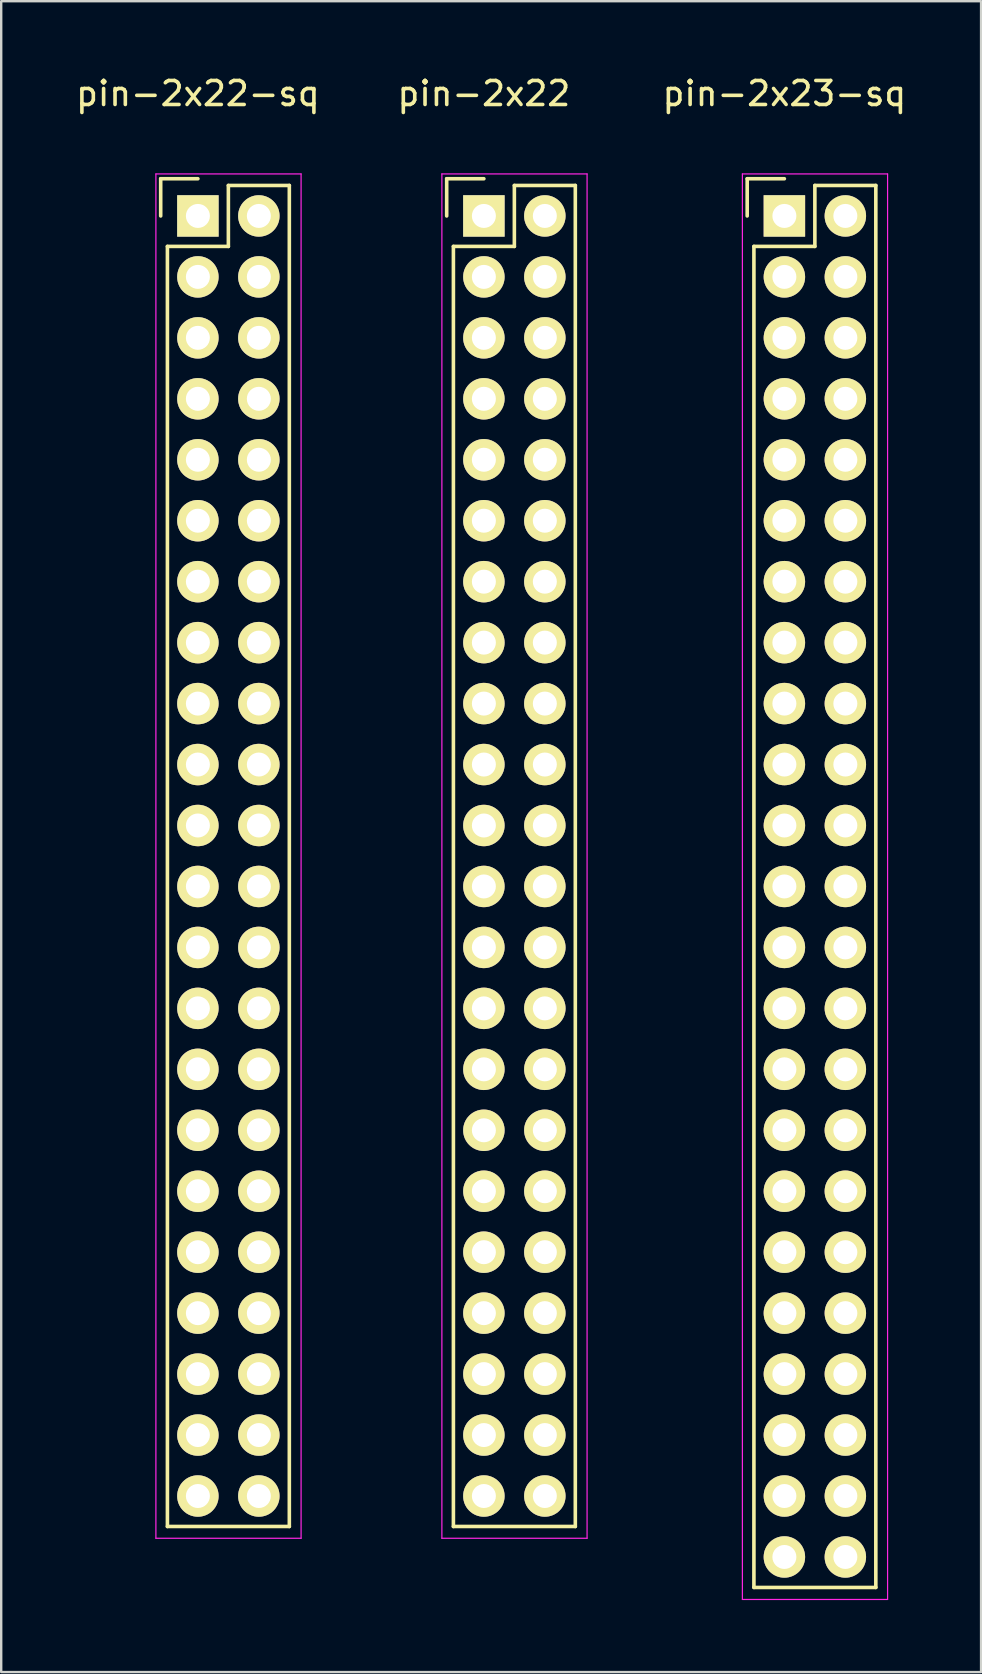
<source format=kicad_pcb>
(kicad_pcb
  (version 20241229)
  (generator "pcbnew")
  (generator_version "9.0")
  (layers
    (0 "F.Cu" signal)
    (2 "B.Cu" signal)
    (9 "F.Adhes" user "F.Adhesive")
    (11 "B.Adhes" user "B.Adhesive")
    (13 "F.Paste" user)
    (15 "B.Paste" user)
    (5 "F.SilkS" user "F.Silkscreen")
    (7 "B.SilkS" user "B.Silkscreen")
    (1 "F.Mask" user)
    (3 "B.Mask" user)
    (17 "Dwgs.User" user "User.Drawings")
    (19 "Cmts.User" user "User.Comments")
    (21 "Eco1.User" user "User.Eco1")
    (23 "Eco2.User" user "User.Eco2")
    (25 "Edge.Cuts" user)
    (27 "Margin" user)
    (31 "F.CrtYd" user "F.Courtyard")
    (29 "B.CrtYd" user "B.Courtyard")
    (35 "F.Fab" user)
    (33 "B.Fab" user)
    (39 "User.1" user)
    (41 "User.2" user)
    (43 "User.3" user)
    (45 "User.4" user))
  (footprint "pin-2x22-sq"
    (layer "F.Cu")
    (at 5.196 5.948)
    (property "Reference" "pin-2x22-sq" (at 0 -5.1 0) (layer "F.SilkS") (effects (font (size 1 1) (thickness 0.15))))
    (attr through_hole)
    (fp_line (start -1.55 -1.55) (end -1.55 0) (stroke (width 0.15) (type solid)) (layer "F.SilkS"))
    (fp_line (start -1.27 1.27) (end -1.27 54.61) (stroke (width 0.15) (type solid)) (layer "F.SilkS"))
    (fp_line (start 0 -1.55) (end -1.55 -1.55) (stroke (width 0.15) (type solid)) (layer "F.SilkS"))
    (fp_line (start 1.27 -1.27) (end 1.27 1.27) (stroke (width 0.15) (type solid)) (layer "F.SilkS"))
    (fp_line (start 1.27 1.27) (end -1.27 1.27) (stroke (width 0.15) (type solid)) (layer "F.SilkS"))
    (fp_line (start 3.81 -1.27) (end 1.27 -1.27) (stroke (width 0.15) (type solid)) (layer "F.SilkS"))
    (fp_line (start 3.81 54.61) (end -1.27 54.61) (stroke (width 0.15) (type solid)) (layer "F.SilkS"))
    (fp_line (start 3.81 54.61) (end 3.81 -1.27) (stroke (width 0.15) (type solid)) (layer "F.SilkS"))
    (fp_line (start -1.75 -1.75) (end -1.75 55.1) (stroke (width 0.05) (type solid)) (layer "F.CrtYd"))
    (fp_line (start -1.75 -1.75) (end 4.3 -1.75) (stroke (width 0.05) (type solid)) (layer "F.CrtYd"))
    (fp_line (start -1.75 55.1) (end 4.3 55.1) (stroke (width 0.05) (type solid)) (layer "F.CrtYd"))
    (fp_line (start 4.3 -1.75) (end 4.3 55.1) (stroke (width 0.05) (type solid)) (layer "F.CrtYd"))
    (pad "1" thru_hole rect (at 0 0) (size 1.727 1.727) (drill 1) (layers "*.Cu" "*.Mask" "F.SilkS"))
    (pad "2" thru_hole oval (at 2.54 0) (size 1.727 1.727) (drill 1) (layers "*.Cu" "*.Mask" "F.SilkS"))
    (pad "3" thru_hole oval (at 0 2.54) (size 1.727 1.727) (drill 1) (layers "*.Cu" "*.Mask" "F.SilkS"))
    (pad "4" thru_hole oval (at 2.54 2.54) (size 1.727 1.727) (drill 1) (layers "*.Cu" "*.Mask" "F.SilkS"))
    (pad "5" thru_hole oval (at 0 5.08) (size 1.727 1.727) (drill 1) (layers "*.Cu" "*.Mask" "F.SilkS"))
    (pad "6" thru_hole oval (at 2.54 5.08) (size 1.727 1.727) (drill 1) (layers "*.Cu" "*.Mask" "F.SilkS"))
    (pad "7" thru_hole oval (at 0 7.62) (size 1.727 1.727) (drill 1) (layers "*.Cu" "*.Mask" "F.SilkS"))
    (pad "8" thru_hole oval (at 2.54 7.62) (size 1.727 1.727) (drill 1) (layers "*.Cu" "*.Mask" "F.SilkS"))
    (pad "9" thru_hole oval (at 0 10.16) (size 1.727 1.727) (drill 1) (layers "*.Cu" "*.Mask" "F.SilkS"))
    (pad "10" thru_hole oval (at 2.54 10.16) (size 1.727 1.727) (drill 1) (layers "*.Cu" "*.Mask" "F.SilkS"))
    (pad "11" thru_hole oval (at 0 12.7) (size 1.727 1.727) (drill 1) (layers "*.Cu" "*.Mask" "F.SilkS"))
    (pad "12" thru_hole oval (at 2.54 12.7) (size 1.727 1.727) (drill 1) (layers "*.Cu" "*.Mask" "F.SilkS"))
    (pad "13" thru_hole oval (at 0 15.24) (size 1.727 1.727) (drill 1) (layers "*.Cu" "*.Mask" "F.SilkS"))
    (pad "14" thru_hole oval (at 2.54 15.24) (size 1.727 1.727) (drill 1) (layers "*.Cu" "*.Mask" "F.SilkS"))
    (pad "15" thru_hole oval (at 0 17.78) (size 1.727 1.727) (drill 1) (layers "*.Cu" "*.Mask" "F.SilkS"))
    (pad "16" thru_hole oval (at 2.54 17.78) (size 1.727 1.727) (drill 1) (layers "*.Cu" "*.Mask" "F.SilkS"))
    (pad "17" thru_hole oval (at 0 20.32) (size 1.727 1.727) (drill 1) (layers "*.Cu" "*.Mask" "F.SilkS"))
    (pad "18" thru_hole oval (at 2.54 20.32) (size 1.727 1.727) (drill 1) (layers "*.Cu" "*.Mask" "F.SilkS"))
    (pad "19" thru_hole oval (at 0 22.86) (size 1.727 1.727) (drill 1) (layers "*.Cu" "*.Mask" "F.SilkS"))
    (pad "20" thru_hole oval (at 2.54 22.86) (size 1.727 1.727) (drill 1) (layers "*.Cu" "*.Mask" "F.SilkS"))
    (pad "21" thru_hole oval (at 0 25.4) (size 1.727 1.727) (drill 1) (layers "*.Cu" "*.Mask" "F.SilkS"))
    (pad "22" thru_hole oval (at 2.54 25.4) (size 1.727 1.727) (drill 1) (layers "*.Cu" "*.Mask" "F.SilkS"))
    (pad "23" thru_hole oval (at 0 27.94) (size 1.727 1.727) (drill 1) (layers "*.Cu" "*.Mask" "F.SilkS"))
    (pad "24" thru_hole oval (at 2.54 27.94) (size 1.727 1.727) (drill 1) (layers "*.Cu" "*.Mask" "F.SilkS"))
    (pad "25" thru_hole oval (at 0 30.48) (size 1.727 1.727) (drill 1) (layers "*.Cu" "*.Mask" "F.SilkS"))
    (pad "26" thru_hole oval (at 2.54 30.48) (size 1.727 1.727) (drill 1) (layers "*.Cu" "*.Mask" "F.SilkS"))
    (pad "27" thru_hole oval (at 0 33.02) (size 1.727 1.727) (drill 1) (layers "*.Cu" "*.Mask" "F.SilkS"))
    (pad "28" thru_hole oval (at 2.54 33.02) (size 1.727 1.727) (drill 1) (layers "*.Cu" "*.Mask" "F.SilkS"))
    (pad "29" thru_hole oval (at 0 35.56) (size 1.727 1.727) (drill 1) (layers "*.Cu" "*.Mask" "F.SilkS"))
    (pad "30" thru_hole oval (at 2.54 35.56) (size 1.727 1.727) (drill 1) (layers "*.Cu" "*.Mask" "F.SilkS"))
    (pad "31" thru_hole oval (at 0 38.1) (size 1.727 1.727) (drill 1) (layers "*.Cu" "*.Mask" "F.SilkS"))
    (pad "32" thru_hole oval (at 2.54 38.1) (size 1.727 1.727) (drill 1) (layers "*.Cu" "*.Mask" "F.SilkS"))
    (pad "33" thru_hole oval (at 0 40.64) (size 1.727 1.727) (drill 1) (layers "*.Cu" "*.Mask" "F.SilkS"))
    (pad "34" thru_hole oval (at 2.54 40.64) (size 1.727 1.727) (drill 1) (layers "*.Cu" "*.Mask" "F.SilkS"))
    (pad "35" thru_hole oval (at 0 43.18) (size 1.727 1.727) (drill 1) (layers "*.Cu" "*.Mask" "F.SilkS"))
    (pad "36" thru_hole oval (at 2.54 43.18) (size 1.727 1.727) (drill 1) (layers "*.Cu" "*.Mask" "F.SilkS"))
    (pad "37" thru_hole oval (at 0 45.72) (size 1.727 1.727) (drill 1) (layers "*.Cu" "*.Mask" "F.SilkS"))
    (pad "38" thru_hole oval (at 2.54 45.72) (size 1.727 1.727) (drill 1) (layers "*.Cu" "*.Mask" "F.SilkS"))
    (pad "39" thru_hole oval (at 0 48.26) (size 1.727 1.727) (drill 1) (layers "*.Cu" "*.Mask" "F.SilkS"))
    (pad "40" thru_hole oval (at 2.54 48.26) (size 1.727 1.727) (drill 1) (layers "*.Cu" "*.Mask" "F.SilkS"))
    (pad "41" thru_hole oval (at 0 50.8) (size 1.727 1.727) (drill 1) (layers "*.Cu" "*.Mask" "F.SilkS"))
    (pad "42" thru_hole oval (at 2.54 50.8) (size 1.727 1.727) (drill 1) (layers "*.Cu" "*.Mask" "F.SilkS"))
    (pad "43" thru_hole oval (at 0 53.34) (size 1.727 1.727) (drill 1) (layers "*.Cu" "*.Mask" "F.SilkS"))
    (pad "44" thru_hole oval (at 2.54 53.34) (size 1.727 1.727) (drill 1) (layers "*.Cu" "*.Mask" "F.SilkS")))
  (footprint "pin-2x23-sq"
    (layer "F.Cu")
    (at 29.635 5.948)
    (property "Reference" "pin-2x23-sq" (at 0 -5.1 0) (layer "F.SilkS") (effects (font (size 1 1) (thickness 0.15))))
    (attr through_hole)
    (fp_line (start -1.55 -1.55) (end -1.55 0) (stroke (width 0.15) (type solid)) (layer "F.SilkS"))
    (fp_line (start -1.27 57.15) (end -1.27 1.27) (stroke (width 0.15) (type solid)) (layer "F.SilkS"))
    (fp_line (start 0 -1.55) (end -1.55 -1.55) (stroke (width 0.15) (type solid)) (layer "F.SilkS"))
    (fp_line (start 1.27 -1.27) (end 1.27 1.27) (stroke (width 0.15) (type solid)) (layer "F.SilkS"))
    (fp_line (start 1.27 1.27) (end -1.27 1.27) (stroke (width 0.15) (type solid)) (layer "F.SilkS"))
    (fp_line (start 3.81 -1.27) (end 1.27 -1.27) (stroke (width 0.15) (type solid)) (layer "F.SilkS"))
    (fp_line (start 3.81 57.15) (end -1.27 57.15) (stroke (width 0.15) (type solid)) (layer "F.SilkS"))
    (fp_line (start 3.81 57.15) (end 3.81 -1.27) (stroke (width 0.15) (type solid)) (layer "F.SilkS"))
    (fp_line (start -1.75 -1.75) (end -1.75 57.65) (stroke (width 0.05) (type solid)) (layer "F.CrtYd"))
    (fp_line (start -1.75 -1.75) (end 4.3 -1.75) (stroke (width 0.05) (type solid)) (layer "F.CrtYd"))
    (fp_line (start -1.75 57.65) (end 4.3 57.65) (stroke (width 0.05) (type solid)) (layer "F.CrtYd"))
    (fp_line (start 4.3 -1.75) (end 4.3 57.65) (stroke (width 0.05) (type solid)) (layer "F.CrtYd"))
    (pad "1" thru_hole rect (at 0 0) (size 1.727 1.727) (drill 1) (layers "*.Cu" "*.Mask" "F.SilkS"))
    (pad "2" thru_hole oval (at 2.54 0) (size 1.727 1.727) (drill 1) (layers "*.Cu" "*.Mask" "F.SilkS"))
    (pad "3" thru_hole oval (at 0 2.54) (size 1.727 1.727) (drill 1) (layers "*.Cu" "*.Mask" "F.SilkS"))
    (pad "4" thru_hole oval (at 2.54 2.54) (size 1.727 1.727) (drill 1) (layers "*.Cu" "*.Mask" "F.SilkS"))
    (pad "5" thru_hole oval (at 0 5.08) (size 1.727 1.727) (drill 1) (layers "*.Cu" "*.Mask" "F.SilkS"))
    (pad "6" thru_hole oval (at 2.54 5.08) (size 1.727 1.727) (drill 1) (layers "*.Cu" "*.Mask" "F.SilkS"))
    (pad "7" thru_hole oval (at 0 7.62) (size 1.727 1.727) (drill 1) (layers "*.Cu" "*.Mask" "F.SilkS"))
    (pad "8" thru_hole oval (at 2.54 7.62) (size 1.727 1.727) (drill 1) (layers "*.Cu" "*.Mask" "F.SilkS"))
    (pad "9" thru_hole oval (at 0 10.16) (size 1.727 1.727) (drill 1) (layers "*.Cu" "*.Mask" "F.SilkS"))
    (pad "10" thru_hole oval (at 2.54 10.16) (size 1.727 1.727) (drill 1) (layers "*.Cu" "*.Mask" "F.SilkS"))
    (pad "11" thru_hole oval (at 0 12.7) (size 1.727 1.727) (drill 1) (layers "*.Cu" "*.Mask" "F.SilkS"))
    (pad "12" thru_hole oval (at 2.54 12.7) (size 1.727 1.727) (drill 1) (layers "*.Cu" "*.Mask" "F.SilkS"))
    (pad "13" thru_hole oval (at 0 15.24) (size 1.727 1.727) (drill 1) (layers "*.Cu" "*.Mask" "F.SilkS"))
    (pad "14" thru_hole oval (at 2.54 15.24) (size 1.727 1.727) (drill 1) (layers "*.Cu" "*.Mask" "F.SilkS"))
    (pad "15" thru_hole oval (at 0 17.78) (size 1.727 1.727) (drill 1) (layers "*.Cu" "*.Mask" "F.SilkS"))
    (pad "16" thru_hole oval (at 2.54 17.78) (size 1.727 1.727) (drill 1) (layers "*.Cu" "*.Mask" "F.SilkS"))
    (pad "17" thru_hole oval (at 0 20.32) (size 1.727 1.727) (drill 1) (layers "*.Cu" "*.Mask" "F.SilkS"))
    (pad "18" thru_hole oval (at 2.54 20.32) (size 1.727 1.727) (drill 1) (layers "*.Cu" "*.Mask" "F.SilkS"))
    (pad "19" thru_hole oval (at 0 22.86) (size 1.727 1.727) (drill 1) (layers "*.Cu" "*.Mask" "F.SilkS"))
    (pad "20" thru_hole oval (at 2.54 22.86) (size 1.727 1.727) (drill 1) (layers "*.Cu" "*.Mask" "F.SilkS"))
    (pad "21" thru_hole oval (at 0 25.4) (size 1.727 1.727) (drill 1) (layers "*.Cu" "*.Mask" "F.SilkS"))
    (pad "22" thru_hole oval (at 2.54 25.4) (size 1.727 1.727) (drill 1) (layers "*.Cu" "*.Mask" "F.SilkS"))
    (pad "23" thru_hole oval (at 0 27.94) (size 1.727 1.727) (drill 1) (layers "*.Cu" "*.Mask" "F.SilkS"))
    (pad "24" thru_hole oval (at 2.54 27.94) (size 1.727 1.727) (drill 1) (layers "*.Cu" "*.Mask" "F.SilkS"))
    (pad "25" thru_hole oval (at 0 30.48) (size 1.727 1.727) (drill 1) (layers "*.Cu" "*.Mask" "F.SilkS"))
    (pad "26" thru_hole oval (at 2.54 30.48) (size 1.727 1.727) (drill 1) (layers "*.Cu" "*.Mask" "F.SilkS"))
    (pad "27" thru_hole oval (at 0 33.02) (size 1.727 1.727) (drill 1) (layers "*.Cu" "*.Mask" "F.SilkS"))
    (pad "28" thru_hole oval (at 2.54 33.02) (size 1.727 1.727) (drill 1) (layers "*.Cu" "*.Mask" "F.SilkS"))
    (pad "29" thru_hole oval (at 0 35.56) (size 1.727 1.727) (drill 1) (layers "*.Cu" "*.Mask" "F.SilkS"))
    (pad "30" thru_hole oval (at 2.54 35.56) (size 1.727 1.727) (drill 1) (layers "*.Cu" "*.Mask" "F.SilkS"))
    (pad "31" thru_hole oval (at 0 38.1) (size 1.727 1.727) (drill 1) (layers "*.Cu" "*.Mask" "F.SilkS"))
    (pad "32" thru_hole oval (at 2.54 38.1) (size 1.727 1.727) (drill 1) (layers "*.Cu" "*.Mask" "F.SilkS"))
    (pad "33" thru_hole oval (at 0 40.64) (size 1.727 1.727) (drill 1) (layers "*.Cu" "*.Mask" "F.SilkS"))
    (pad "34" thru_hole oval (at 2.54 40.64) (size 1.727 1.727) (drill 1) (layers "*.Cu" "*.Mask" "F.SilkS"))
    (pad "35" thru_hole oval (at 0 43.18) (size 1.727 1.727) (drill 1) (layers "*.Cu" "*.Mask" "F.SilkS"))
    (pad "36" thru_hole oval (at 2.54 43.18) (size 1.727 1.727) (drill 1) (layers "*.Cu" "*.Mask" "F.SilkS"))
    (pad "37" thru_hole oval (at 0 45.72) (size 1.727 1.727) (drill 1) (layers "*.Cu" "*.Mask" "F.SilkS"))
    (pad "38" thru_hole oval (at 2.54 45.72) (size 1.727 1.727) (drill 1) (layers "*.Cu" "*.Mask" "F.SilkS"))
    (pad "39" thru_hole oval (at 0 48.26) (size 1.727 1.727) (drill 1) (layers "*.Cu" "*.Mask" "F.SilkS"))
    (pad "40" thru_hole oval (at 2.54 48.26) (size 1.727 1.727) (drill 1) (layers "*.Cu" "*.Mask" "F.SilkS"))
    (pad "41" thru_hole oval (at 0 50.8) (size 1.727 1.727) (drill 1) (layers "*.Cu" "*.Mask" "F.SilkS"))
    (pad "42" thru_hole oval (at 2.54 50.8) (size 1.727 1.727) (drill 1) (layers "*.Cu" "*.Mask" "F.SilkS"))
    (pad "43" thru_hole oval (at 0 53.34) (size 1.727 1.727) (drill 1) (layers "*.Cu" "*.Mask" "F.SilkS"))
    (pad "44" thru_hole oval (at 2.54 53.34) (size 1.727 1.727) (drill 1) (layers "*.Cu" "*.Mask" "F.SilkS"))
    (pad "45" thru_hole oval (at 0 55.88) (size 1.727 1.727) (drill 1) (layers "*.Cu" "*.Mask" "F.SilkS"))
    (pad "46" thru_hole oval (at 2.54 55.88) (size 1.727 1.727) (drill 1) (layers "*.Cu" "*.Mask" "F.SilkS")))
  (footprint "pin-2x22"
    (layer "F.Cu")
    (at 17.113 5.948)
    (property "Reference" "pin-2x22" (at 0 -5.1 0) (layer "F.SilkS") (effects (font (size 1 1) (thickness 0.15))))
    (attr through_hole)
    (fp_line (start -1.55 -1.55) (end -1.55 0) (stroke (width 0.15) (type solid)) (layer "F.SilkS"))
    (fp_line (start -1.27 1.27) (end -1.27 54.61) (stroke (width 0.15) (type solid)) (layer "F.SilkS"))
    (fp_line (start 0 -1.55) (end -1.55 -1.55) (stroke (width 0.15) (type solid)) (layer "F.SilkS"))
    (fp_line (start 1.27 -1.27) (end 1.27 1.27) (stroke (width 0.15) (type solid)) (layer "F.SilkS"))
    (fp_line (start 1.27 1.27) (end -1.27 1.27) (stroke (width 0.15) (type solid)) (layer "F.SilkS"))
    (fp_line (start 3.81 -1.27) (end 1.27 -1.27) (stroke (width 0.15) (type solid)) (layer "F.SilkS"))
    (fp_line (start 3.81 54.61) (end -1.27 54.61) (stroke (width 0.15) (type solid)) (layer "F.SilkS"))
    (fp_line (start 3.81 54.61) (end 3.81 -1.27) (stroke (width 0.15) (type solid)) (layer "F.SilkS"))
    (fp_line (start -1.75 -1.75) (end -1.75 55.1) (stroke (width 0.05) (type solid)) (layer "F.CrtYd"))
    (fp_line (start -1.75 -1.75) (end 4.3 -1.75) (stroke (width 0.05) (type solid)) (layer "F.CrtYd"))
    (fp_line (start -1.75 55.1) (end 4.3 55.1) (stroke (width 0.05) (type solid)) (layer "F.CrtYd"))
    (fp_line (start 4.3 -1.75) (end 4.3 55.1) (stroke (width 0.05) (type solid)) (layer "F.CrtYd"))
    (pad "1" thru_hole rect (at 0 0) (size 1.727 1.727) (drill 1) (layers "*.Cu" "*.Mask" "F.SilkS"))
    (pad "2" thru_hole oval (at 2.54 0) (size 1.727 1.727) (drill 1) (layers "*.Cu" "*.Mask" "F.SilkS"))
    (pad "3" thru_hole oval (at 0 2.54) (size 1.727 1.727) (drill 1) (layers "*.Cu" "*.Mask" "F.SilkS"))
    (pad "4" thru_hole oval (at 2.54 2.54) (size 1.727 1.727) (drill 1) (layers "*.Cu" "*.Mask" "F.SilkS"))
    (pad "5" thru_hole oval (at 0 5.08) (size 1.727 1.727) (drill 1) (layers "*.Cu" "*.Mask" "F.SilkS"))
    (pad "6" thru_hole oval (at 2.54 5.08) (size 1.727 1.727) (drill 1) (layers "*.Cu" "*.Mask" "F.SilkS"))
    (pad "7" thru_hole oval (at 0 7.62) (size 1.727 1.727) (drill 1) (layers "*.Cu" "*.Mask" "F.SilkS"))
    (pad "8" thru_hole oval (at 2.54 7.62) (size 1.727 1.727) (drill 1) (layers "*.Cu" "*.Mask" "F.SilkS"))
    (pad "9" thru_hole oval (at 0 10.16) (size 1.727 1.727) (drill 1) (layers "*.Cu" "*.Mask" "F.SilkS"))
    (pad "10" thru_hole oval (at 2.54 10.16) (size 1.727 1.727) (drill 1) (layers "*.Cu" "*.Mask" "F.SilkS"))
    (pad "11" thru_hole oval (at 0 12.7) (size 1.727 1.727) (drill 1) (layers "*.Cu" "*.Mask" "F.SilkS"))
    (pad "12" thru_hole oval (at 2.54 12.7) (size 1.727 1.727) (drill 1) (layers "*.Cu" "*.Mask" "F.SilkS"))
    (pad "13" thru_hole oval (at 0 15.24) (size 1.727 1.727) (drill 1) (layers "*.Cu" "*.Mask" "F.SilkS"))
    (pad "14" thru_hole oval (at 2.54 15.24) (size 1.727 1.727) (drill 1) (layers "*.Cu" "*.Mask" "F.SilkS"))
    (pad "15" thru_hole oval (at 0 17.78) (size 1.727 1.727) (drill 1) (layers "*.Cu" "*.Mask" "F.SilkS"))
    (pad "16" thru_hole oval (at 2.54 17.78) (size 1.727 1.727) (drill 1) (layers "*.Cu" "*.Mask" "F.SilkS"))
    (pad "17" thru_hole oval (at 0 20.32) (size 1.727 1.727) (drill 1) (layers "*.Cu" "*.Mask" "F.SilkS"))
    (pad "18" thru_hole oval (at 2.54 20.32) (size 1.727 1.727) (drill 1) (layers "*.Cu" "*.Mask" "F.SilkS"))
    (pad "19" thru_hole oval (at 0 22.86) (size 1.727 1.727) (drill 1) (layers "*.Cu" "*.Mask" "F.SilkS"))
    (pad "20" thru_hole oval (at 2.54 22.86) (size 1.727 1.727) (drill 1) (layers "*.Cu" "*.Mask" "F.SilkS"))
    (pad "21" thru_hole oval (at 0 25.4) (size 1.727 1.727) (drill 1) (layers "*.Cu" "*.Mask" "F.SilkS"))
    (pad "22" thru_hole oval (at 2.54 25.4) (size 1.727 1.727) (drill 1) (layers "*.Cu" "*.Mask" "F.SilkS"))
    (pad "23" thru_hole oval (at 0 27.94) (size 1.727 1.727) (drill 1) (layers "*.Cu" "*.Mask" "F.SilkS"))
    (pad "24" thru_hole oval (at 2.54 27.94) (size 1.727 1.727) (drill 1) (layers "*.Cu" "*.Mask" "F.SilkS"))
    (pad "25" thru_hole oval (at 0 30.48) (size 1.727 1.727) (drill 1) (layers "*.Cu" "*.Mask" "F.SilkS"))
    (pad "26" thru_hole oval (at 2.54 30.48) (size 1.727 1.727) (drill 1) (layers "*.Cu" "*.Mask" "F.SilkS"))
    (pad "27" thru_hole oval (at 0 33.02) (size 1.727 1.727) (drill 1) (layers "*.Cu" "*.Mask" "F.SilkS"))
    (pad "28" thru_hole oval (at 2.54 33.02) (size 1.727 1.727) (drill 1) (layers "*.Cu" "*.Mask" "F.SilkS"))
    (pad "29" thru_hole oval (at 0 35.56) (size 1.727 1.727) (drill 1) (layers "*.Cu" "*.Mask" "F.SilkS"))
    (pad "30" thru_hole oval (at 2.54 35.56) (size 1.727 1.727) (drill 1) (layers "*.Cu" "*.Mask" "F.SilkS"))
    (pad "31" thru_hole oval (at 0 38.1) (size 1.727 1.727) (drill 1) (layers "*.Cu" "*.Mask" "F.SilkS"))
    (pad "32" thru_hole oval (at 2.54 38.1) (size 1.727 1.727) (drill 1) (layers "*.Cu" "*.Mask" "F.SilkS"))
    (pad "33" thru_hole oval (at 0 40.64) (size 1.727 1.727) (drill 1) (layers "*.Cu" "*.Mask" "F.SilkS"))
    (pad "34" thru_hole oval (at 2.54 40.64) (size 1.727 1.727) (drill 1) (layers "*.Cu" "*.Mask" "F.SilkS"))
    (pad "35" thru_hole oval (at 0 43.18) (size 1.727 1.727) (drill 1) (layers "*.Cu" "*.Mask" "F.SilkS"))
    (pad "36" thru_hole oval (at 2.54 43.18) (size 1.727 1.727) (drill 1) (layers "*.Cu" "*.Mask" "F.SilkS"))
    (pad "37" thru_hole oval (at 0 45.72) (size 1.727 1.727) (drill 1) (layers "*.Cu" "*.Mask" "F.SilkS"))
    (pad "38" thru_hole oval (at 2.54 45.72) (size 1.727 1.727) (drill 1) (layers "*.Cu" "*.Mask" "F.SilkS"))
    (pad "39" thru_hole oval (at 0 48.26) (size 1.727 1.727) (drill 1) (layers "*.Cu" "*.Mask" "F.SilkS"))
    (pad "40" thru_hole oval (at 2.54 48.26) (size 1.727 1.727) (drill 1) (layers "*.Cu" "*.Mask" "F.SilkS"))
    (pad "41" thru_hole oval (at 0 50.8) (size 1.727 1.727) (drill 1) (layers "*.Cu" "*.Mask" "F.SilkS"))
    (pad "42" thru_hole oval (at 2.54 50.8) (size 1.727 1.727) (drill 1) (layers "*.Cu" "*.Mask" "F.SilkS"))
    (pad "43" thru_hole oval (at 0 53.34) (size 1.727 1.727) (drill 1) (layers "*.Cu" "*.Mask" "F.SilkS"))
    (pad "44" thru_hole oval (at 2.54 53.34) (size 1.727 1.727) (drill 1) (layers "*.Cu" "*.Mask" "F.SilkS")))
  (gr_rect
    (start -3 -3)
    (end 37.831 66.623)
    (stroke (width 0.1) (type default))
    (fill no)
    (layer "Edge.Cuts")))
</source>
